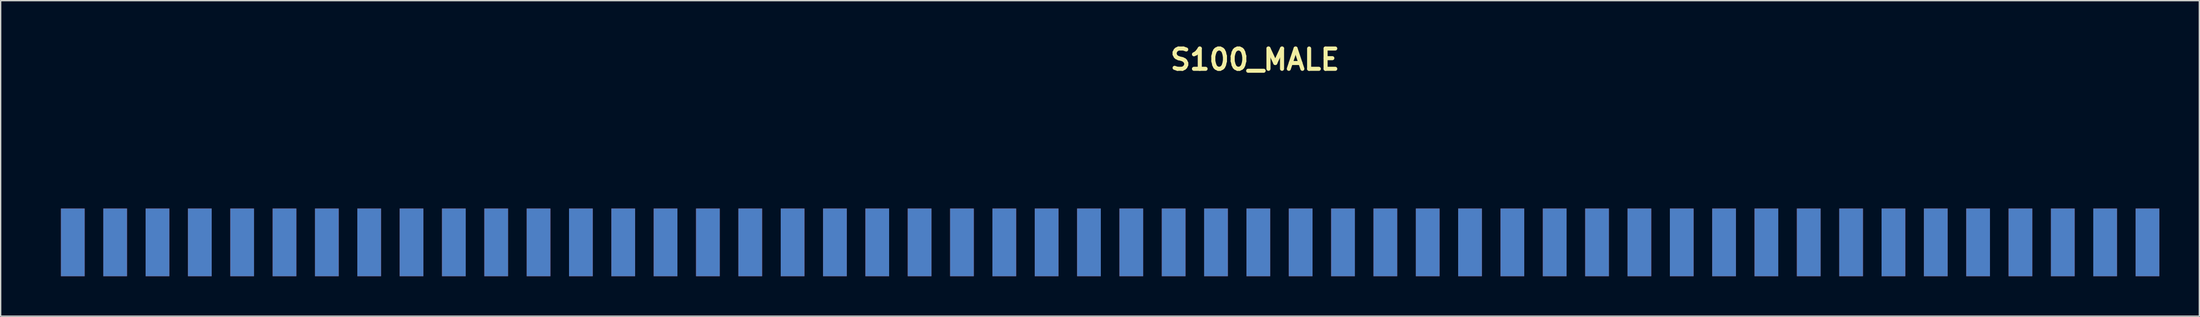
<source format=kicad_pcb>
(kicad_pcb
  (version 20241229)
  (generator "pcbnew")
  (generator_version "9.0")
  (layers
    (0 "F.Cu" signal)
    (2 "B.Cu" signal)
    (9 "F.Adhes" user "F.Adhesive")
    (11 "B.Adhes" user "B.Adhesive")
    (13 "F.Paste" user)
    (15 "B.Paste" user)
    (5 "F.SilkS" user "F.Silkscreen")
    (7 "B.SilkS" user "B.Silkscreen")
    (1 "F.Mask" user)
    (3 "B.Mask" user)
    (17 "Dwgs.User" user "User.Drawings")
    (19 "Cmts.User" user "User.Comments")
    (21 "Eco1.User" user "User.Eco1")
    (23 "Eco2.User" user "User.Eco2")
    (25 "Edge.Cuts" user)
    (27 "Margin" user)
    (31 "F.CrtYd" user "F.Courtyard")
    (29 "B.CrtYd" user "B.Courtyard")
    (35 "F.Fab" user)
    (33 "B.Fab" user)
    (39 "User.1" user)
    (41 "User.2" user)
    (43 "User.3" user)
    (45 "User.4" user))
  (footprint "S100_MALE"
    (layer "F.Cu")
    (at 0.25 12.856)
    (property "Reference" "S100_MALE" (at 90.805 -11.43 0) (layer "F.SilkS") (effects (font (size 1.524 1.524) (thickness 0.305))))
    (attr through_hole)
    (pad "1" connect rect (at 2.159 0) (size 1.778 5.08) (drill (offset 0 2.286)) (layers "F.Cu" "F.Mask"))
    (pad "2" connect rect (at 5.334 0) (size 1.778 5.08) (drill (offset 0 2.286)) (layers "F.Cu" "F.Mask"))
    (pad "3" connect rect (at 8.509 0) (size 1.778 5.08) (drill (offset 0 2.286)) (layers "F.Cu" "F.Mask"))
    (pad "4" connect rect (at 11.684 0) (size 1.778 5.08) (drill (offset 0 2.286)) (layers "F.Cu" "F.Mask"))
    (pad "5" connect rect (at 14.859 0) (size 1.778 5.08) (drill (offset 0 2.286)) (layers "F.Cu" "F.Mask"))
    (pad "6" connect rect (at 18.034 0) (size 1.778 5.08) (drill (offset 0 2.286)) (layers "F.Cu" "F.Mask"))
    (pad "7" connect rect (at 21.209 0) (size 1.778 5.08) (drill (offset 0 2.286)) (layers "F.Cu" "F.Mask"))
    (pad "8" connect rect (at 24.384 0) (size 1.778 5.08) (drill (offset 0 2.286)) (layers "F.Cu" "F.Mask"))
    (pad "9" connect rect (at 27.559 0) (size 1.778 5.08) (drill (offset 0 2.286)) (layers "F.Cu" "F.Mask"))
    (pad "10" connect rect (at 30.734 0) (size 1.778 5.08) (drill (offset 0 2.286)) (layers "F.Cu" "F.Mask"))
    (pad "11" connect rect (at 33.909 0) (size 1.778 5.08) (drill (offset 0 2.286)) (layers "F.Cu" "F.Mask"))
    (pad "12" connect rect (at 37.084 0) (size 1.778 5.08) (drill (offset 0 2.286)) (layers "F.Cu" "F.Mask"))
    (pad "13" connect rect (at 40.259 0) (size 1.778 5.08) (drill (offset 0 2.286)) (layers "F.Cu" "F.Mask"))
    (pad "14" connect rect (at 43.434 0) (size 1.778 5.08) (drill (offset 0 2.286)) (layers "F.Cu" "F.Mask"))
    (pad "15" connect rect (at 46.609 0) (size 1.778 5.08) (drill (offset 0 2.286)) (layers "F.Cu" "F.Mask"))
    (pad "16" connect rect (at 49.784 0) (size 1.778 5.08) (drill (offset 0 2.286)) (layers "F.Cu" "F.Mask"))
    (pad "17" connect rect (at 52.959 0) (size 1.778 5.08) (drill (offset 0 2.286)) (layers "F.Cu" "F.Mask"))
    (pad "18" connect rect (at 56.134 0) (size 1.778 5.08) (drill (offset 0 2.286)) (layers "F.Cu" "F.Mask"))
    (pad "19" connect rect (at 59.309 0) (size 1.778 5.08) (drill (offset 0 2.286)) (layers "F.Cu" "F.Mask"))
    (pad "20" connect rect (at 62.484 0) (size 1.778 5.08) (drill (offset 0 2.286)) (layers "F.Cu" "F.Mask"))
    (pad "21" connect rect (at 65.659 0) (size 1.778 5.08) (drill (offset 0 2.286)) (layers "F.Cu" "F.Mask"))
    (pad "22" connect rect (at 68.834 0) (size 1.778 5.08) (drill (offset 0 2.286)) (layers "F.Cu" "F.Mask"))
    (pad "23" connect rect (at 72.009 0) (size 1.778 5.08) (drill (offset 0 2.286)) (layers "F.Cu" "F.Mask"))
    (pad "24" connect rect (at 75.184 0) (size 1.778 5.08) (drill (offset 0 2.286)) (layers "F.Cu" "F.Mask"))
    (pad "25" connect rect (at 78.359 0) (size 1.778 5.08) (drill (offset 0 2.286)) (layers "F.Cu" "F.Mask"))
    (pad "26" connect rect (at 81.534 0) (size 1.778 5.08) (drill (offset 0 2.286)) (layers "F.Cu" "F.Mask"))
    (pad "27" connect rect (at 84.709 0) (size 1.778 5.08) (drill (offset 0 2.286)) (layers "F.Cu" "F.Mask"))
    (pad "28" connect rect (at 87.884 0) (size 1.778 5.08) (drill (offset 0 2.286)) (layers "F.Cu" "F.Mask"))
    (pad "29" connect rect (at 91.059 0) (size 1.778 5.08) (drill (offset 0 2.286)) (layers "F.Cu" "F.Mask"))
    (pad "30" connect rect (at 94.234 0) (size 1.778 5.08) (drill (offset 0 2.286)) (layers "F.Cu" "F.Mask"))
    (pad "31" connect rect (at 97.409 0) (size 1.778 5.08) (drill (offset 0 2.286)) (layers "F.Cu" "F.Mask"))
    (pad "32" connect rect (at 100.584 0) (size 1.778 5.08) (drill (offset 0 2.286)) (layers "F.Cu" "F.Mask"))
    (pad "33" connect rect (at 103.759 0) (size 1.778 5.08) (drill (offset 0 2.286)) (layers "F.Cu" "F.Mask"))
    (pad "34" connect rect (at 106.934 0) (size 1.778 5.08) (drill (offset 0 2.286)) (layers "F.Cu" "F.Mask"))
    (pad "35" connect rect (at 110.109 0) (size 1.778 5.08) (drill (offset 0 2.286)) (layers "F.Cu" "F.Mask"))
    (pad "36" connect rect (at 113.284 0) (size 1.778 5.08) (drill (offset 0 2.286)) (layers "F.Cu" "F.Mask"))
    (pad "37" connect rect (at 116.459 0) (size 1.778 5.08) (drill (offset 0 2.286)) (layers "F.Cu" "F.Mask"))
    (pad "38" connect rect (at 119.634 0) (size 1.778 5.08) (drill (offset 0 2.286)) (layers "F.Cu" "F.Mask"))
    (pad "39" connect rect (at 122.809 0) (size 1.778 5.08) (drill (offset 0 2.286)) (layers "F.Cu" "F.Mask"))
    (pad "40" connect rect (at 125.984 0) (size 1.778 5.08) (drill (offset 0 2.286)) (layers "F.Cu" "F.Mask"))
    (pad "41" connect rect (at 129.159 0) (size 1.778 5.08) (drill (offset 0 2.286)) (layers "F.Cu" "F.Mask"))
    (pad "42" connect rect (at 132.334 0) (size 1.778 5.08) (drill (offset 0 2.286)) (layers "F.Cu" "F.Mask"))
    (pad "43" connect rect (at 135.509 0) (size 1.778 5.08) (drill (offset 0 2.286)) (layers "F.Cu" "F.Mask"))
    (pad "44" connect rect (at 138.684 0) (size 1.778 5.08) (drill (offset 0 2.286)) (layers "F.Cu" "F.Mask"))
    (pad "45" connect rect (at 141.859 0) (size 1.778 5.08) (drill (offset 0 2.286)) (layers "F.Cu" "F.Mask"))
    (pad "46" connect rect (at 145.034 0) (size 1.778 5.08) (drill (offset 0 2.286)) (layers "F.Cu" "F.Mask"))
    (pad "47" connect rect (at 148.209 0) (size 1.778 5.08) (drill (offset 0 2.286)) (layers "F.Cu" "F.Mask"))
    (pad "48" connect rect (at 151.384 0) (size 1.778 5.08) (drill (offset 0 2.286)) (layers "F.Cu" "F.Mask"))
    (pad "49" connect rect (at 154.559 0) (size 1.778 5.08) (drill (offset 0 2.286)) (layers "F.Cu" "F.Mask"))
    (pad "50" connect rect (at 157.734 0) (size 1.778 5.08) (drill (offset 0 2.286)) (layers "F.Cu" "F.Mask"))
    (pad "51" connect rect (at 2.159 0) (size 1.778 5.08) (drill (offset 0 2.286)) (layers "B.Cu" "B.Mask"))
    (pad "52" connect rect (at 5.334 0) (size 1.778 5.08) (drill (offset 0 2.286)) (layers "B.Cu" "B.Mask"))
    (pad "53" connect rect (at 8.509 0) (size 1.778 5.08) (drill (offset 0 2.286)) (layers "B.Cu" "B.Mask"))
    (pad "54" connect rect (at 11.684 0) (size 1.778 5.08) (drill (offset 0 2.286)) (layers "B.Cu" "B.Mask"))
    (pad "55" connect rect (at 14.859 0) (size 1.778 5.08) (drill (offset 0 2.286)) (layers "B.Cu" "B.Mask"))
    (pad "56" connect rect (at 18.034 0) (size 1.778 5.08) (drill (offset 0 2.286)) (layers "B.Cu" "B.Mask"))
    (pad "57" connect rect (at 21.209 0) (size 1.778 5.08) (drill (offset 0 2.286)) (layers "B.Cu" "B.Mask"))
    (pad "58" connect rect (at 24.384 0) (size 1.778 5.08) (drill (offset 0 2.286)) (layers "B.Cu" "B.Mask"))
    (pad "59" connect rect (at 27.559 0) (size 1.778 5.08) (drill (offset 0 2.286)) (layers "B.Cu" "B.Mask"))
    (pad "60" connect rect (at 30.734 0) (size 1.778 5.08) (drill (offset 0 2.286)) (layers "B.Cu" "B.Mask"))
    (pad "61" connect rect (at 33.909 0) (size 1.778 5.08) (drill (offset 0 2.286)) (layers "B.Cu" "B.Mask"))
    (pad "62" connect rect (at 37.084 0) (size 1.778 5.08) (drill (offset 0 2.286)) (layers "B.Cu" "B.Mask"))
    (pad "63" connect rect (at 40.259 0) (size 1.778 5.08) (drill (offset 0 2.286)) (layers "B.Cu" "B.Mask"))
    (pad "64" connect rect (at 43.434 0) (size 1.778 5.08) (drill (offset 0 2.286)) (layers "B.Cu" "B.Mask"))
    (pad "65" connect rect (at 46.609 0) (size 1.778 5.08) (drill (offset 0 2.286)) (layers "B.Cu" "B.Mask"))
    (pad "66" connect rect (at 49.784 0) (size 1.778 5.08) (drill (offset 0 2.286)) (layers "B.Cu" "B.Mask"))
    (pad "67" connect rect (at 52.959 0) (size 1.778 5.08) (drill (offset 0 2.286)) (layers "B.Cu" "B.Mask"))
    (pad "68" connect rect (at 56.134 0) (size 1.778 5.08) (drill (offset 0 2.286)) (layers "B.Cu" "B.Mask"))
    (pad "69" connect rect (at 59.309 0) (size 1.778 5.08) (drill (offset 0 2.286)) (layers "B.Cu" "B.Mask"))
    (pad "70" connect rect (at 62.484 0) (size 1.778 5.08) (drill (offset 0 2.286)) (layers "B.Cu" "B.Mask"))
    (pad "71" connect rect (at 65.659 0) (size 1.778 5.08) (drill (offset 0 2.286)) (layers "B.Cu" "B.Mask"))
    (pad "72" connect rect (at 68.834 0) (size 1.778 5.08) (drill (offset 0 2.286)) (layers "B.Cu" "B.Mask"))
    (pad "73" connect rect (at 72.009 0) (size 1.778 5.08) (drill (offset 0 2.286)) (layers "B.Cu" "B.Mask"))
    (pad "74" connect rect (at 75.184 0) (size 1.778 5.08) (drill (offset 0 2.286)) (layers "B.Cu" "B.Mask"))
    (pad "75" connect rect (at 78.359 0) (size 1.778 5.08) (drill (offset 0 2.286)) (layers "B.Cu" "B.Mask"))
    (pad "76" connect rect (at 81.534 0) (size 1.778 5.08) (drill (offset 0 2.286)) (layers "B.Cu" "B.Mask"))
    (pad "77" connect rect (at 84.709 0) (size 1.778 5.08) (drill (offset 0 2.286)) (layers "B.Cu" "B.Mask"))
    (pad "78" connect rect (at 87.884 0) (size 1.778 5.08) (drill (offset 0 2.286)) (layers "B.Cu" "B.Mask"))
    (pad "79" connect rect (at 91.059 0) (size 1.778 5.08) (drill (offset 0 2.286)) (layers "B.Cu" "B.Mask"))
    (pad "80" connect rect (at 94.234 0) (size 1.778 5.08) (drill (offset 0 2.286)) (layers "B.Cu" "B.Mask"))
    (pad "81" connect rect (at 97.409 0) (size 1.778 5.08) (drill (offset 0 2.286)) (layers "B.Cu" "B.Mask"))
    (pad "82" connect rect (at 100.584 0) (size 1.778 5.08) (drill (offset 0 2.286)) (layers "B.Cu" "B.Mask"))
    (pad "83" connect rect (at 103.759 0) (size 1.778 5.08) (drill (offset 0 2.286)) (layers "B.Cu" "B.Mask"))
    (pad "84" connect rect (at 106.934 0) (size 1.778 5.08) (drill (offset 0 2.286)) (layers "B.Cu" "B.Mask"))
    (pad "85" connect rect (at 110.109 0) (size 1.778 5.08) (drill (offset 0 2.286)) (layers "B.Cu" "B.Mask"))
    (pad "86" connect rect (at 113.284 0) (size 1.778 5.08) (drill (offset 0 2.286)) (layers "B.Cu" "B.Mask"))
    (pad "87" connect rect (at 116.459 0) (size 1.778 5.08) (drill (offset 0 2.286)) (layers "B.Cu" "B.Mask"))
    (pad "88" connect rect (at 119.634 0) (size 1.778 5.08) (drill (offset 0 2.286)) (layers "B.Cu" "B.Mask"))
    (pad "89" connect rect (at 122.809 0) (size 1.778 5.08) (drill (offset 0 2.286)) (layers "B.Cu" "B.Mask"))
    (pad "90" connect rect (at 125.984 0) (size 1.778 5.08) (drill (offset 0 2.286)) (layers "B.Cu" "B.Mask"))
    (pad "91" connect rect (at 129.159 0) (size 1.778 5.08) (drill (offset 0 2.286)) (layers "B.Cu" "B.Mask"))
    (pad "92" connect rect (at 132.334 0) (size 1.778 5.08) (drill (offset 0 2.286)) (layers "B.Cu" "B.Mask"))
    (pad "93" connect rect (at 135.509 0) (size 1.778 5.08) (drill (offset 0 2.286)) (layers "B.Cu" "B.Mask"))
    (pad "94" connect rect (at 138.684 0) (size 1.778 5.08) (drill (offset 0 2.286)) (layers "B.Cu" "B.Mask"))
    (pad "95" connect rect (at 141.859 0) (size 1.778 5.08) (drill (offset 0 2.286)) (layers "B.Cu" "B.Mask"))
    (pad "96" connect rect (at 145.034 0) (size 1.778 5.08) (drill (offset 0 2.286)) (layers "B.Cu" "B.Mask"))
    (pad "97" connect rect (at 148.209 0) (size 1.778 5.08) (drill (offset 0 2.286)) (layers "B.Cu" "B.Mask"))
    (pad "98" connect rect (at 151.384 0) (size 1.778 5.08) (drill (offset 0 2.286)) (layers "B.Cu" "B.Mask"))
    (pad "99" connect rect (at 154.559 0) (size 1.778 5.08) (drill (offset 0 2.286)) (layers "B.Cu" "B.Mask"))
    (pad "100" connect rect (at 157.734 0) (size 1.778 5.08) (drill (offset 0 2.286)) (layers "B.Cu" "B.Mask")))
  (gr_rect
    (start -3 -3)
    (end 161.873 20.682)
    (stroke (width 0.1) (type default))
    (fill no)
    (layer "Edge.Cuts")))
</source>
